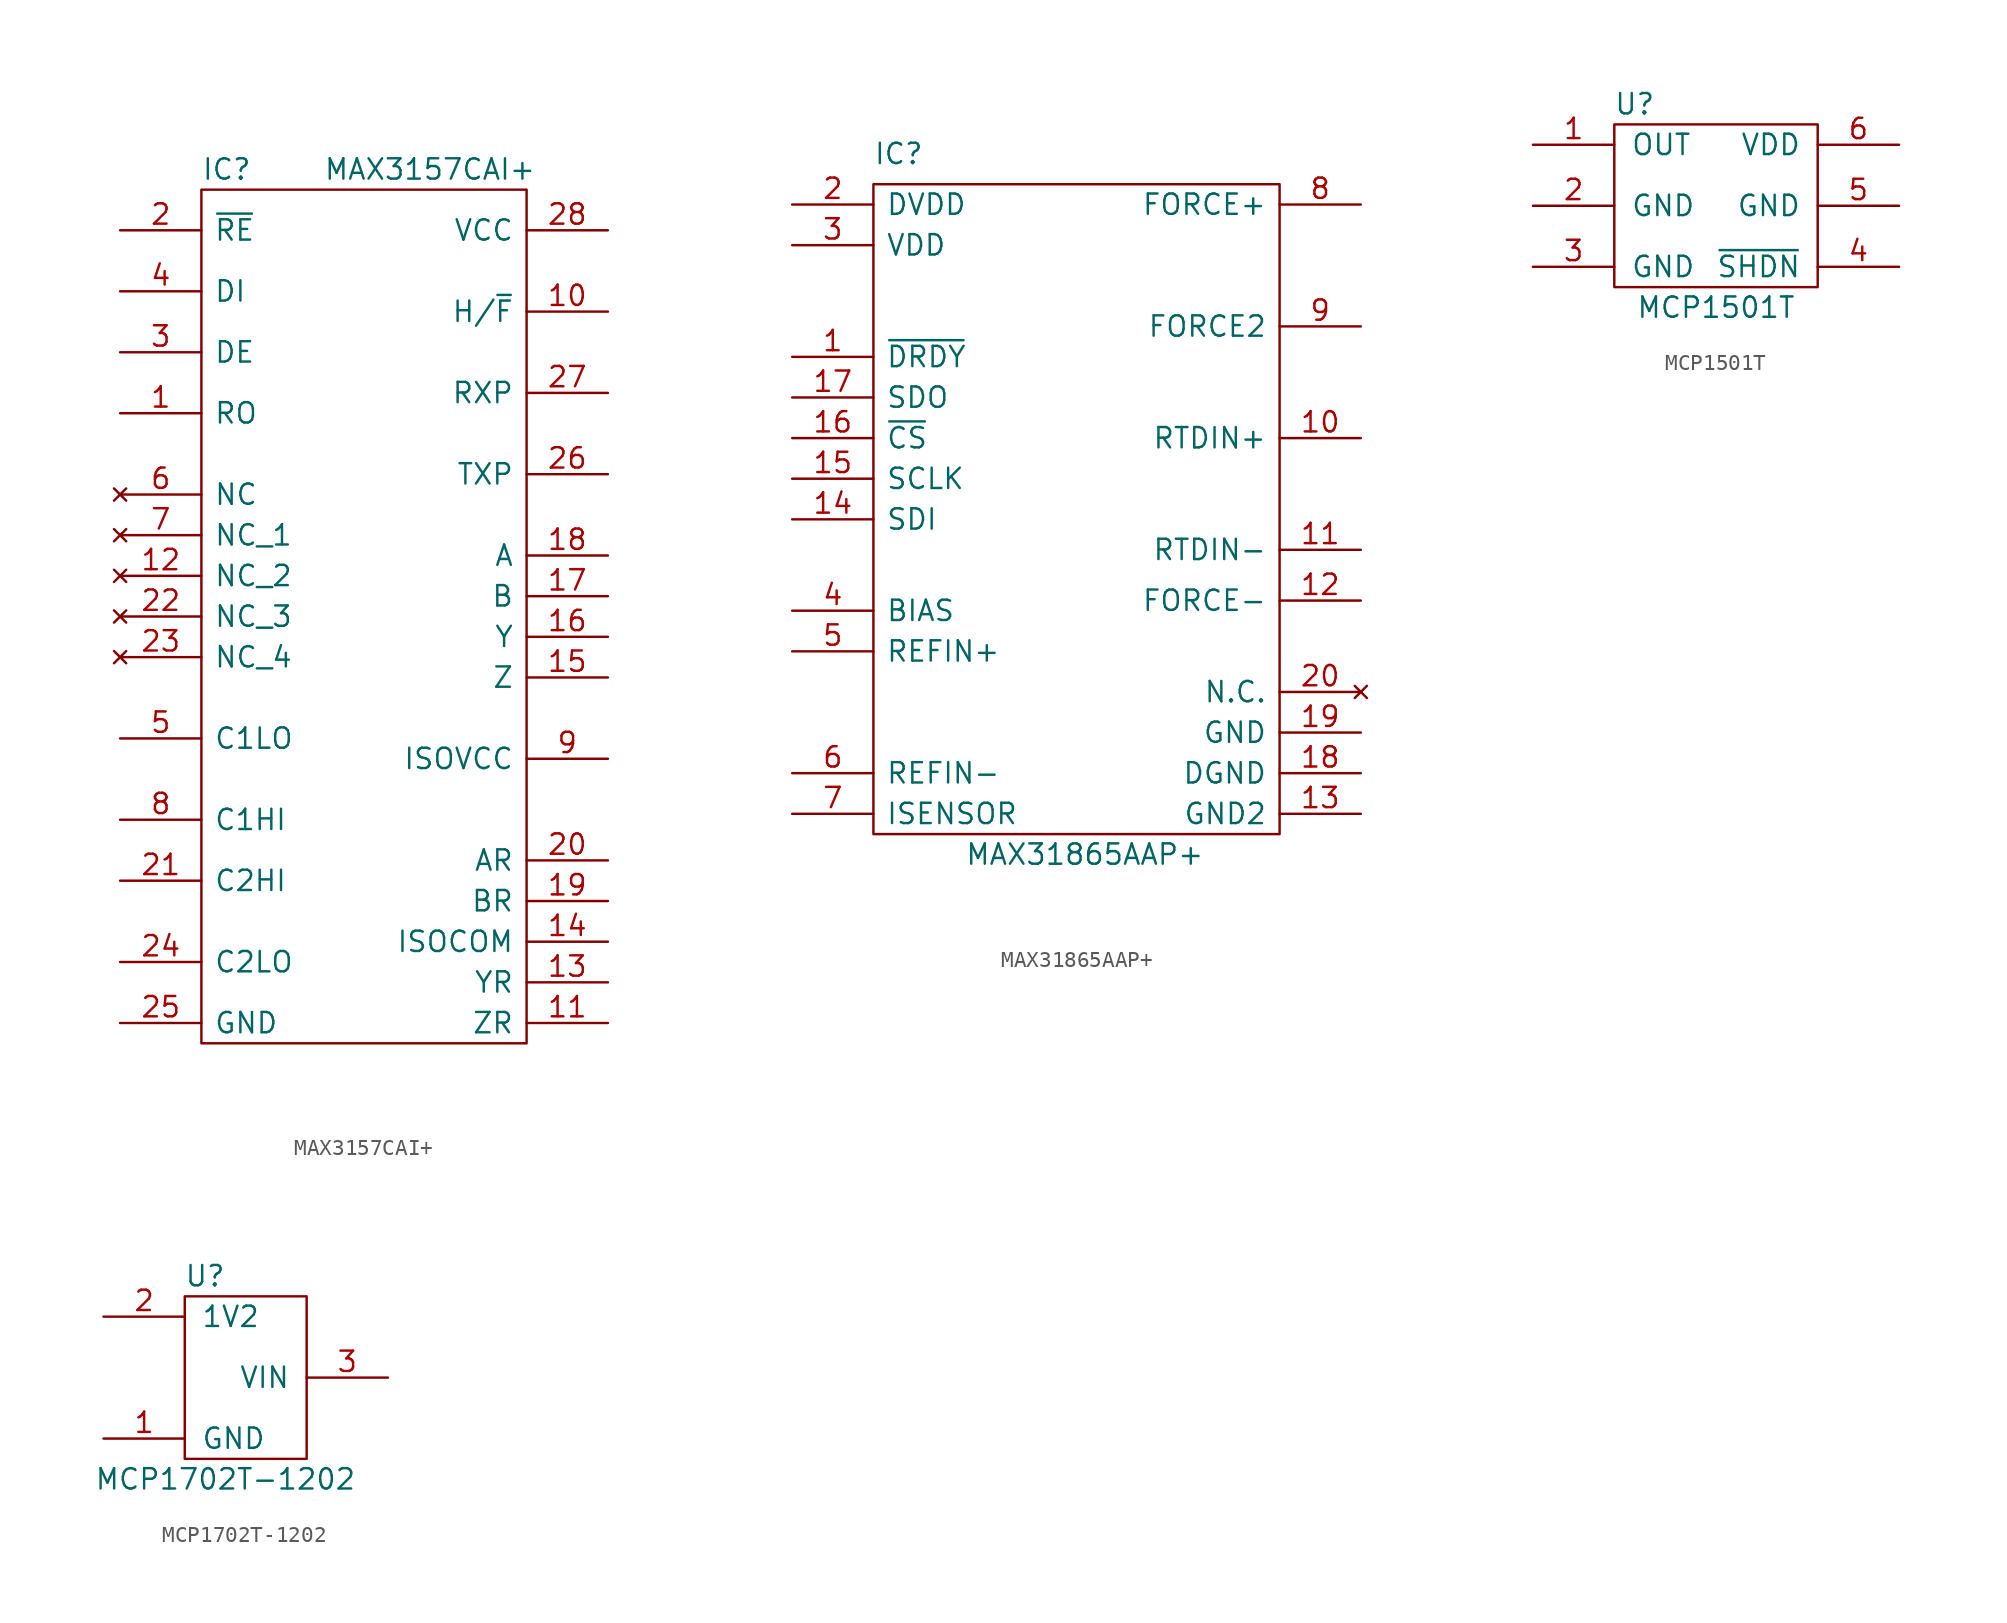
<source format=kicad_sym>
(kicad_symbol_lib
  (version 20211014)
  (generator kicad_symbol_editor)
  (symbol "MAX3157CAI+"
    (pin_names
      (offset 0.762))
    (property "Reference" "IC"
      (at 5.08 16.51 0)
      (effects (font (size 1.27 1.27)) (justify left)))
    (property "Value" "MAX3157CAI+"
      (at 12.7 16.51 0)
      (effects (font (size 1.27 1.27)) (justify left)))
    (symbol "MAX3157CAI+_0_0"
      (pin bidirectional line (at 0 1.27 0) (length 5.08) (name "RO" (effects (font (size 1.27 1.27)))) (number "1" (effects (font (size 1.27 1.27)))))
      (pin bidirectional line (at 30.48 -36.83 180) (length 5.08) (name "ZR" (effects (font (size 1.27 1.27)))) (number "11" (effects (font (size 1.27 1.27)))))
      (pin no_connect line (at 0 -8.89 0) (length 5.08) (name "NC_2" (effects (font (size 1.27 1.27)))) (number "12" (effects (font (size 1.27 1.27)))))
      (pin bidirectional line (at 30.48 -34.29 180) (length 5.08) (name "YR" (effects (font (size 1.27 1.27)))) (number "13" (effects (font (size 1.27 1.27)))))
      (pin bidirectional line (at 30.48 -31.75 180) (length 5.08) (name "ISOCOM" (effects (font (size 1.27 1.27)))) (number "14" (effects (font (size 1.27 1.27)))))
      (pin bidirectional line (at 30.48 -15.24 180) (length 5.08) (name "Z" (effects (font (size 1.27 1.27)))) (number "15" (effects (font (size 1.27 1.27)))))
      (pin bidirectional line (at 30.48 -12.7 180) (length 5.08) (name "Y" (effects (font (size 1.27 1.27)))) (number "16" (effects (font (size 1.27 1.27)))))
      (pin bidirectional line (at 30.48 -10.16 180) (length 5.08) (name "B" (effects (font (size 1.27 1.27)))) (number "17" (effects (font (size 1.27 1.27)))))
      (pin bidirectional line (at 30.48 -7.62 180) (length 5.08) (name "A" (effects (font (size 1.27 1.27)))) (number "18" (effects (font (size 1.27 1.27)))))
      (pin bidirectional line (at 30.48 -29.21 180) (length 5.08) (name "BR" (effects (font (size 1.27 1.27)))) (number "19" (effects (font (size 1.27 1.27)))))
      (pin bidirectional line (at 0 12.7 0) (length 5.08) (name "~{RE}" (effects (font (size 1.27 1.27)))) (number "2" (effects (font (size 1.27 1.27)))))
      (pin bidirectional line (at 30.48 -26.67 180) (length 5.08) (name "AR" (effects (font (size 1.27 1.27)))) (number "20" (effects (font (size 1.27 1.27)))))
      (pin bidirectional line (at 0 -27.94 0) (length 5.08) (name "C2HI" (effects (font (size 1.27 1.27)))) (number "21" (effects (font (size 1.27 1.27)))))
      (pin no_connect line (at 0 -11.43 0) (length 5.08) (name "NC_3" (effects (font (size 1.27 1.27)))) (number "22" (effects (font (size 1.27 1.27)))))
      (pin no_connect line (at 0 -13.97 0) (length 5.08) (name "NC_4" (effects (font (size 1.27 1.27)))) (number "23" (effects (font (size 1.27 1.27)))))
      (pin bidirectional line (at 0 -33.02 0) (length 5.08) (name "C2LO" (effects (font (size 1.27 1.27)))) (number "24" (effects (font (size 1.27 1.27)))))
      (pin bidirectional line (at 30.48 -2.54 180) (length 5.08) (name "TXP" (effects (font (size 1.27 1.27)))) (number "26" (effects (font (size 1.27 1.27)))))
      (pin bidirectional line (at 30.48 2.54 180) (length 5.08) (name "RXP" (effects (font (size 1.27 1.27)))) (number "27" (effects (font (size 1.27 1.27)))))
      (pin bidirectional line (at 30.48 12.7 180) (length 5.08) (name "VCC" (effects (font (size 1.27 1.27)))) (number "28" (effects (font (size 1.27 1.27)))))
      (pin bidirectional line (at 0 5.08 0) (length 5.08) (name "DE" (effects (font (size 1.27 1.27)))) (number "3" (effects (font (size 1.27 1.27)))))
      (pin bidirectional line (at 0 8.89 0) (length 5.08) (name "DI" (effects (font (size 1.27 1.27)))) (number "4" (effects (font (size 1.27 1.27)))))
      (pin bidirectional line (at 0 -19.05 0) (length 5.08) (name "C1LO" (effects (font (size 1.27 1.27)))) (number "5" (effects (font (size 1.27 1.27)))))
      (pin no_connect line (at 0 -3.81 0) (length 5.08) (name "NC" (effects (font (size 1.27 1.27)))) (number "6" (effects (font (size 1.27 1.27)))))
      (pin no_connect line (at 0 -6.35 0) (length 5.08) (name "NC_1" (effects (font (size 1.27 1.27)))) (number "7" (effects (font (size 1.27 1.27)))))
      (pin bidirectional line (at 0 -24.13 0) (length 5.08) (name "C1HI" (effects (font (size 1.27 1.27)))) (number "8" (effects (font (size 1.27 1.27))))))
    (symbol "MAX3157CAI+_0_1"
      (rectangle (start 25.4 15.24) (end 5.08 -38.1) (stroke (width 0) (type default) (color 0 0 0 0)) (fill (type none))))
    (symbol "MAX3157CAI+_1_0"
      (pin bidirectional line (at 30.48 7.62 180) (length 5.08) (name "H/~{F}" (effects (font (size 1.27 1.27)))) (number "10" (effects (font (size 1.27 1.27)))))
      (pin bidirectional line (at 0 -36.83 0) (length 5.08) (name "GND" (effects (font (size 1.27 1.27)))) (number "25" (effects (font (size 1.27 1.27)))))
      (pin bidirectional line (at 30.48 -20.32 180) (length 5.08) (name "ISOVCC" (effects (font (size 1.27 1.27)))) (number "9" (effects (font (size 1.27 1.27)))))))
  (symbol "MAX31865AAP+"
    (pin_names
      (offset 0.762))
    (property "Reference" "IC"
      (at 5.08 3.175 0)
      (effects (font (size 1.27 1.27)) (justify left)))
    (property "Value" "MAX31865AAP+"
      (at 10.795 -40.64 0)
      (effects (font (size 1.27 1.27)) (justify left)))
    (symbol "MAX31865AAP+_0_0"
      (pin output line (at 0 -9.525 0) (length 5.08) (name "~{DRDY}" (effects (font (size 1.27 1.27)))) (number "1" (effects (font (size 1.27 1.27)))))
      (pin input line (at 35.56 -14.605 180) (length 5.08) (name "RTDIN+" (effects (font (size 1.27 1.27)))) (number "10" (effects (font (size 1.27 1.27)))))
      (pin input line (at 35.56 -21.59 180) (length 5.08) (name "RTDIN-" (effects (font (size 1.27 1.27)))) (number "11" (effects (font (size 1.27 1.27)))))
      (pin bidirectional line (at 35.56 -24.765 180) (length 5.08) (name "FORCE-" (effects (font (size 1.27 1.27)))) (number "12" (effects (font (size 1.27 1.27)))))
      (pin power_in line (at 35.56 -38.1 180) (length 5.08) (name "GND2" (effects (font (size 1.27 1.27)))) (number "13" (effects (font (size 1.27 1.27)))))
      (pin input line (at 0 -19.685 0) (length 5.08) (name "SDI" (effects (font (size 1.27 1.27)))) (number "14" (effects (font (size 1.27 1.27)))))
      (pin input line (at 0 -17.145 0) (length 5.08) (name "SCLK" (effects (font (size 1.27 1.27)))) (number "15" (effects (font (size 1.27 1.27)))))
      (pin input line (at 0 -14.605 0) (length 5.08) (name "~{CS}" (effects (font (size 1.27 1.27)))) (number "16" (effects (font (size 1.27 1.27)))))
      (pin output line (at 0 -12.065 0) (length 5.08) (name "SDO" (effects (font (size 1.27 1.27)))) (number "17" (effects (font (size 1.27 1.27)))))
      (pin power_in line (at 35.56 -35.56 180) (length 5.08) (name "DGND" (effects (font (size 1.27 1.27)))) (number "18" (effects (font (size 1.27 1.27)))))
      (pin power_in line (at 35.56 -33.02 180) (length 5.08) (name "GND" (effects (font (size 1.27 1.27)))) (number "19" (effects (font (size 1.27 1.27)))))
      (pin power_in line (at 0 0 0) (length 5.08) (name "DVDD" (effects (font (size 1.27 1.27)))) (number "2" (effects (font (size 1.27 1.27)))))
      (pin no_connect line (at 35.56 -30.48 180) (length 5.08) (name "N.C." (effects (font (size 1.27 1.27)))) (number "20" (effects (font (size 1.27 1.27)))))
      (pin power_in line (at 0 -2.54 0) (length 5.08) (name "VDD" (effects (font (size 1.27 1.27)))) (number "3" (effects (font (size 1.27 1.27)))))
      (pin output line (at 0 -25.4 0) (length 5.08) (name "BIAS" (effects (font (size 1.27 1.27)))) (number "4" (effects (font (size 1.27 1.27)))))
      (pin input line (at 0 -27.94 0) (length 5.08) (name "REFIN+" (effects (font (size 1.27 1.27)))) (number "5" (effects (font (size 1.27 1.27)))))
      (pin input line (at 0 -35.56 0) (length 5.08) (name "REFIN-" (effects (font (size 1.27 1.27)))) (number "6" (effects (font (size 1.27 1.27)))))
      (pin bidirectional line (at 0 -38.1 0) (length 5.08) (name "ISENSOR" (effects (font (size 1.27 1.27)))) (number "7" (effects (font (size 1.27 1.27)))))
      (pin bidirectional line (at 35.56 0 180) (length 5.08) (name "FORCE+" (effects (font (size 1.27 1.27)))) (number "8" (effects (font (size 1.27 1.27)))))
      (pin bidirectional line (at 35.56 -7.62 180) (length 5.08) (name "FORCE2" (effects (font (size 1.27 1.27)))) (number "9" (effects (font (size 1.27 1.27))))))
    (symbol "MAX31865AAP+_0_1"
      (rectangle (start 5.08 1.27) (end 30.48 -39.37) (stroke (width 0) (type default) (color 0 0 0 0)) (fill (type none)))))
  (symbol "MCP1501T"
    (pin_names
      (offset 1.016))
    (property "Reference" "U"
      (at 1.27 3.81 0)
      (effects (font (size 1.27 1.27))))
    (property "Value" "MCP1501T"
      (at 6.35 -8.89 0)
      (effects (font (size 1.27 1.27))))
    (symbol "MCP1501T_0_1"
      (rectangle (start 0 2.54) (end 12.7 -7.62) (stroke (width 0) (type default) (color 0 0 0 0)) (fill (type none))))
    (symbol "MCP1501T_1_1"
      (pin input line (at -5.08 1.27 0) (length 5.08) (name "OUT" (effects (font (size 1.27 1.27)))) (number "1" (effects (font (size 1.27 1.27)))))
      (pin input line (at -5.08 -2.54 0) (length 5.08) (name "GND" (effects (font (size 1.27 1.27)))) (number "2" (effects (font (size 1.27 1.27)))))
      (pin input line (at -5.08 -6.35 0) (length 5.08) (name "GND" (effects (font (size 1.27 1.27)))) (number "3" (effects (font (size 1.27 1.27)))))
      (pin input line (at 17.78 -6.35 180) (length 5.08) (name "~{SHDN}" (effects (font (size 1.27 1.27)))) (number "4" (effects (font (size 1.27 1.27)))))
      (pin input line (at 17.78 -2.54 180) (length 5.08) (name "GND" (effects (font (size 1.27 1.27)))) (number "5" (effects (font (size 1.27 1.27)))))
      (pin input line (at 17.78 1.27 180) (length 5.08) (name "VDD" (effects (font (size 1.27 1.27)))) (number "6" (effects (font (size 1.27 1.27)))))))
  (symbol "MCP1702T-1202"
    (pin_names
      (offset 1.016))
    (property "Reference" "U"
      (at 6.35 10.16 0)
      (effects (font (size 1.27 1.27))))
    (property "Value" "MCP1702T-1202"
      (at 7.62 -2.54 0)
      (effects (font (size 1.27 1.27))))
    (symbol "MCP1702T-1202_0_1"
      (rectangle (start 5.08 8.89) (end 12.7 -1.27) (stroke (width 0) (type default) (color 0 0 0 0)) (fill (type none))))
    (symbol "MCP1702T-1202_1_1"
      (pin input line (at 0 0 0) (length 5.08) (name "GND" (effects (font (size 1.27 1.27)))) (number "1" (effects (font (size 1.27 1.27)))))
      (pin input line (at 0 7.62 0) (length 5.08) (name "1V2" (effects (font (size 1.27 1.27)))) (number "2" (effects (font (size 1.27 1.27)))))
      (pin input line (at 17.78 3.81 180) (length 5.08) (name "VIN" (effects (font (size 1.27 1.27)))) (number "3" (effects (font (size 1.27 1.27))))))))
</source>
